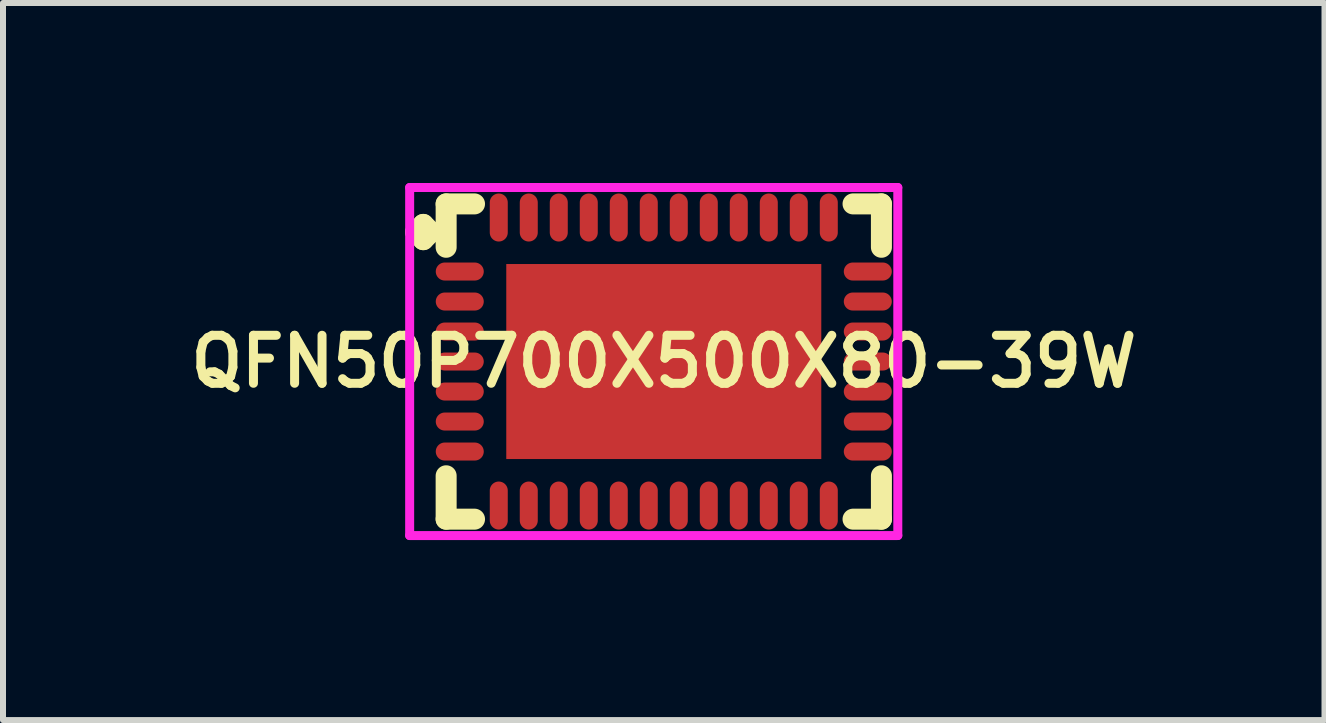
<source format=kicad_pcb>
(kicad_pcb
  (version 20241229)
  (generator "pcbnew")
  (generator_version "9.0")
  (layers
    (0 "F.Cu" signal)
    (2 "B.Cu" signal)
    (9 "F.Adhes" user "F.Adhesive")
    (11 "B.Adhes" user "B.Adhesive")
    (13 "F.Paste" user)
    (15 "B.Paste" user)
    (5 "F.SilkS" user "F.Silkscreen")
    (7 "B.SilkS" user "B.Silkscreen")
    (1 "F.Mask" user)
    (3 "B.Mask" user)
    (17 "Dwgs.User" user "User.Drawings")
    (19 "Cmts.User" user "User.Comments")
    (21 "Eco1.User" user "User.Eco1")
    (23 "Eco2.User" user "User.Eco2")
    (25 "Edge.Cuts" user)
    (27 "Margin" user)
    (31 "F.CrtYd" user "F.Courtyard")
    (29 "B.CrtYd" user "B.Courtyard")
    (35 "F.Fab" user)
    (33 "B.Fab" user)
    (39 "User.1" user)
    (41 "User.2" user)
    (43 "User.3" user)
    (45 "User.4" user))
  (footprint "QFN50P700X500X80-39W"
    (layer "F.Cu")
    (at 8.012 2.975)
    (property "Reference" "QFN50P700X500X80-39W" (at 0 0 0) (layer "F.SilkS") (effects (font (size 0.8 0.8) (thickness 0.15))))
    (attr smd)
    (fp_line (start -4.135 -2.158) (end -4.008 -2.285) (stroke (width 0.35) (type solid)) (layer "F.SilkS"))
    (fp_line (start -4.008 -2.285) (end -3.881 -2.158) (stroke (width 0.35) (type solid)) (layer "F.SilkS"))
    (fp_line (start -4.008 -2.031) (end -4.135 -2.158) (stroke (width 0.35) (type solid)) (layer "F.SilkS"))
    (fp_line (start -3.881 -2.158) (end -4.008 -2.031) (stroke (width 0.35) (type solid)) (layer "F.SilkS"))
    (fp_line (start -3.627 -2.627) (end -3.154 -2.627) (stroke (width 0.35) (type solid)) (layer "F.SilkS"))
    (fp_line (start -3.627 -1.904) (end -3.627 -2.627) (stroke (width 0.35) (type solid)) (layer "F.SilkS"))
    (fp_line (start -3.627 1.904) (end -3.627 2.627) (stroke (width 0.35) (type solid)) (layer "F.SilkS"))
    (fp_line (start -3.627 2.627) (end -3.154 2.627) (stroke (width 0.35) (type solid)) (layer "F.SilkS"))
    (fp_line (start 3.154 -2.627) (end 3.627 -2.627) (stroke (width 0.35) (type solid)) (layer "F.SilkS"))
    (fp_line (start 3.154 2.627) (end 3.627 2.627) (stroke (width 0.35) (type solid)) (layer "F.SilkS"))
    (fp_line (start 3.627 -2.627) (end 3.627 -1.904) (stroke (width 0.35) (type solid)) (layer "F.SilkS"))
    (fp_line (start 3.627 2.627) (end 3.627 1.904) (stroke (width 0.35) (type solid)) (layer "F.SilkS"))
    (fp_line (start -4.235 -2.9) (end 3.9 -2.9) (stroke (width 0.15) (type solid)) (layer "F.CrtYd"))
    (fp_line (start -4.235 2.9) (end -4.235 -2.9) (stroke (width 0.15) (type solid)) (layer "F.CrtYd"))
    (fp_line (start 3.9 -2.9) (end 3.9 2.9) (stroke (width 0.15) (type solid)) (layer "F.CrtYd"))
    (fp_line (start 3.9 2.9) (end -4.235 2.9) (stroke (width 0.15) (type solid)) (layer "F.CrtYd"))
    (pad "1" smd oval (at -3.4 -1.5) (size 0.8 0.3) (layers "F.Cu" "F.Mask" "F.Paste"))
    (pad "2" smd oval (at -3.4 -1) (size 0.8 0.3) (layers "F.Cu" "F.Mask" "F.Paste"))
    (pad "3" smd oval (at -3.4 -0.5) (size 0.8 0.3) (layers "F.Cu" "F.Mask" "F.Paste"))
    (pad "4" smd oval (at -3.4 0) (size 0.8 0.3) (layers "F.Cu" "F.Mask" "F.Paste"))
    (pad "5" smd oval (at -3.4 0.5) (size 0.8 0.3) (layers "F.Cu" "F.Mask" "F.Paste"))
    (pad "6" smd oval (at -3.4 1) (size 0.8 0.3) (layers "F.Cu" "F.Mask" "F.Paste"))
    (pad "7" smd oval (at -3.4 1.5) (size 0.8 0.3) (layers "F.Cu" "F.Mask" "F.Paste"))
    (pad "8" smd oval (at -2.75 2.4) (size 0.3 0.8) (layers "F.Cu" "F.Mask" "F.Paste"))
    (pad "9" smd oval (at -2.25 2.4) (size 0.3 0.8) (layers "F.Cu" "F.Mask" "F.Paste"))
    (pad "10" smd oval (at -1.75 2.4) (size 0.3 0.8) (layers "F.Cu" "F.Mask" "F.Paste"))
    (pad "11" smd oval (at -1.25 2.4) (size 0.3 0.8) (layers "F.Cu" "F.Mask" "F.Paste"))
    (pad "12" smd oval (at -0.75 2.4) (size 0.3 0.8) (layers "F.Cu" "F.Mask" "F.Paste"))
    (pad "13" smd oval (at -0.25 2.4) (size 0.3 0.8) (layers "F.Cu" "F.Mask" "F.Paste"))
    (pad "14" smd oval (at 0.25 2.4) (size 0.3 0.8) (layers "F.Cu" "F.Mask" "F.Paste"))
    (pad "15" smd oval (at 0.75 2.4) (size 0.3 0.8) (layers "F.Cu" "F.Mask" "F.Paste"))
    (pad "16" smd oval (at 1.25 2.4) (size 0.3 0.8) (layers "F.Cu" "F.Mask" "F.Paste"))
    (pad "17" smd oval (at 1.75 2.4) (size 0.3 0.8) (layers "F.Cu" "F.Mask" "F.Paste"))
    (pad "18" smd oval (at 2.25 2.4) (size 0.3 0.8) (layers "F.Cu" "F.Mask" "F.Paste"))
    (pad "19" smd oval (at 2.75 2.4) (size 0.3 0.8) (layers "F.Cu" "F.Mask" "F.Paste"))
    (pad "20" smd oval (at 3.4 1.5) (size 0.8 0.3) (layers "F.Cu" "F.Mask" "F.Paste"))
    (pad "21" smd oval (at 3.4 1) (size 0.8 0.3) (layers "F.Cu" "F.Mask" "F.Paste"))
    (pad "22" smd oval (at 3.4 0.5) (size 0.8 0.3) (layers "F.Cu" "F.Mask" "F.Paste"))
    (pad "23" smd oval (at 3.4 0) (size 0.8 0.3) (layers "F.Cu" "F.Mask" "F.Paste"))
    (pad "24" smd oval (at 3.4 -0.5) (size 0.8 0.3) (layers "F.Cu" "F.Mask" "F.Paste"))
    (pad "25" smd oval (at 3.4 -1) (size 0.8 0.3) (layers "F.Cu" "F.Mask" "F.Paste"))
    (pad "26" smd oval (at 3.4 -1.5) (size 0.8 0.3) (layers "F.Cu" "F.Mask" "F.Paste"))
    (pad "27" smd oval (at 2.75 -2.4) (size 0.3 0.8) (layers "F.Cu" "F.Mask" "F.Paste"))
    (pad "28" smd oval (at 2.25 -2.4) (size 0.3 0.8) (layers "F.Cu" "F.Mask" "F.Paste"))
    (pad "29" smd oval (at 1.75 -2.4) (size 0.3 0.8) (layers "F.Cu" "F.Mask" "F.Paste"))
    (pad "30" smd oval (at 1.25 -2.4) (size 0.3 0.8) (layers "F.Cu" "F.Mask" "F.Paste"))
    (pad "31" smd oval (at 0.75 -2.4) (size 0.3 0.8) (layers "F.Cu" "F.Mask" "F.Paste"))
    (pad "32" smd oval (at 0.25 -2.4) (size 0.3 0.8) (layers "F.Cu" "F.Mask" "F.Paste"))
    (pad "33" smd oval (at -0.25 -2.4) (size 0.3 0.8) (layers "F.Cu" "F.Mask" "F.Paste"))
    (pad "34" smd oval (at -0.75 -2.4) (size 0.3 0.8) (layers "F.Cu" "F.Mask" "F.Paste"))
    (pad "35" smd oval (at -1.25 -2.4) (size 0.3 0.8) (layers "F.Cu" "F.Mask" "F.Paste"))
    (pad "36" smd oval (at -1.75 -2.4) (size 0.3 0.8) (layers "F.Cu" "F.Mask" "F.Paste"))
    (pad "37" smd oval (at -2.25 -2.4) (size 0.3 0.8) (layers "F.Cu" "F.Mask" "F.Paste"))
    (pad "38" smd oval (at -2.75 -2.4) (size 0.3 0.8) (layers "F.Cu" "F.Mask" "F.Paste"))
    (pad "39" smd rect (at 0 0) (size 5.25 3.25) (layers "F.Cu" "F.Mask" "F.Paste")))
  (gr_rect
    (start -3 -3)
    (end 19.023 8.95)
    (stroke (width 0.1) (type default))
    (fill no)
    (layer "Edge.Cuts")))
</source>
